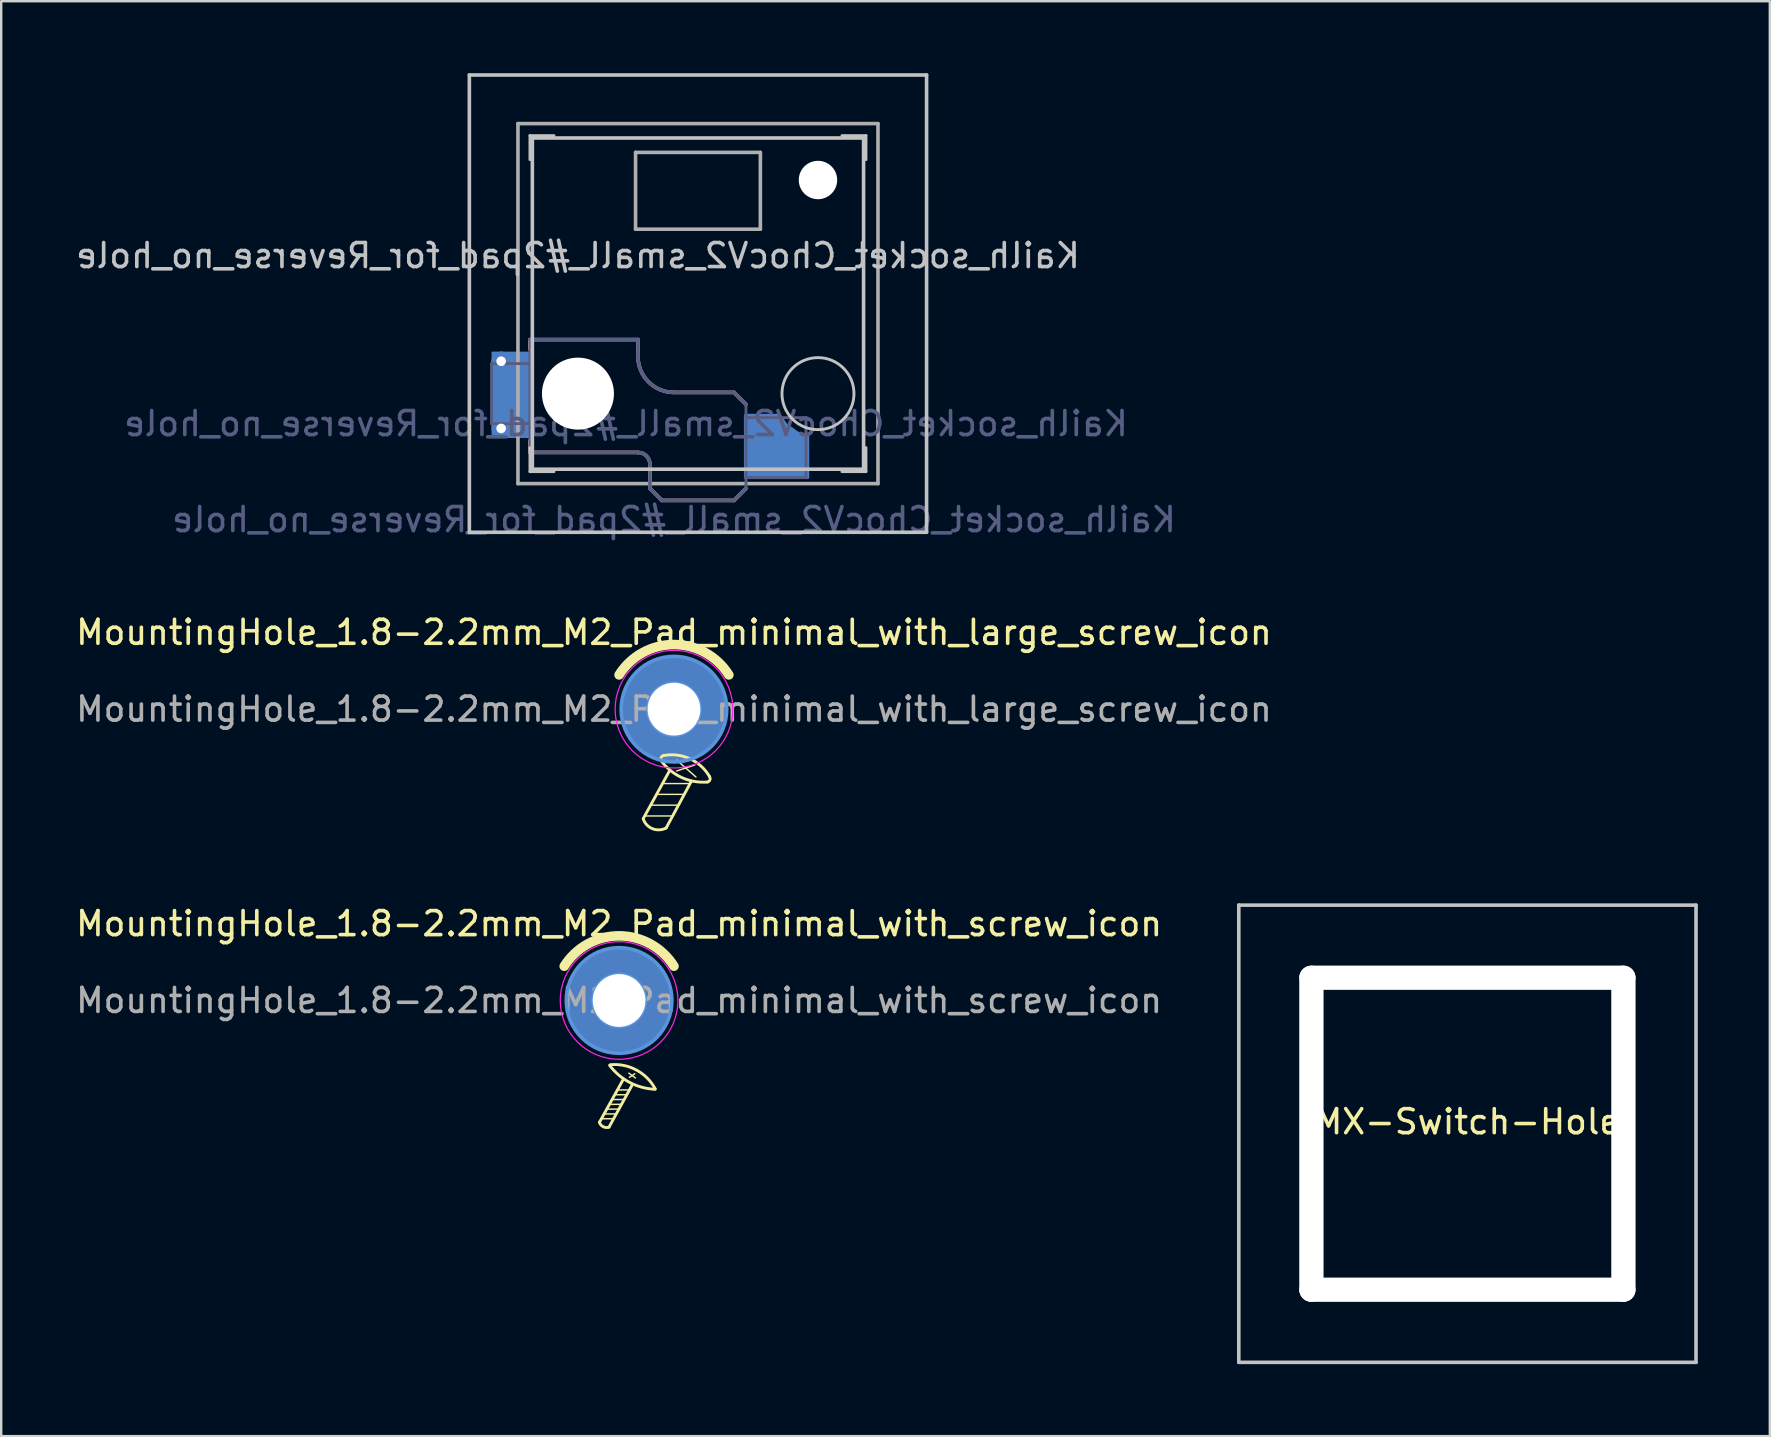
<source format=kicad_pcb>
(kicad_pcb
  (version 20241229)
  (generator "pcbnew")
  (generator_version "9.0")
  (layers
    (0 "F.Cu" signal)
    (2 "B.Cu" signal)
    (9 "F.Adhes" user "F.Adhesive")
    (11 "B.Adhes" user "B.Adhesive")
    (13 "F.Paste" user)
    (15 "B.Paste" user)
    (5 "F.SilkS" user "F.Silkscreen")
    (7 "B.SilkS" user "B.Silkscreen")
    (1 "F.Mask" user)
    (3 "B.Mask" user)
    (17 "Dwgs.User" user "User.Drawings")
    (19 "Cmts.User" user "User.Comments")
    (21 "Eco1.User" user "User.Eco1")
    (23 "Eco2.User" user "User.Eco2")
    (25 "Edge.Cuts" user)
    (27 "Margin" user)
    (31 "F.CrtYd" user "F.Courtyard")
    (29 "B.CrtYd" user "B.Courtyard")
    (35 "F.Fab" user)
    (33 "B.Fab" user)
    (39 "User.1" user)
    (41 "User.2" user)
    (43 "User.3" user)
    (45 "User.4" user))
  (footprint "Kailh_socket_ChocV2_small_#2pad_for_Reverse_no_hole"
    (layer "F.Cu")
    (at 26.03 9.6)
    (property "Reference" "Kailh_socket_ChocV2_small_#2pad_for_Reverse_no_hole" (at -5 -2 0) (layer "Dwgs.User") (effects (font (size 1 1) (thickness 0.15)) (justify mirror)))
    (property "Value" "Kailh_socket_ChocV2_small_#2pad_for_Reverse_no_hole" (at 0 8.255 0) (layer "F.Fab") (hide yes) (effects (font (size 1 1) (thickness 0.15))))
    (attr through_hole)
    (fp_line (start -7 1.5) (end -7 1.9) (stroke (width 0.15) (type solid)) (layer "B.SilkS"))
    (fp_line (start -7 5.7) (end -7 6.2) (stroke (width 0.15) (type solid)) (layer "B.SilkS"))
    (fp_line (start -7 6.2) (end -2.5 6.2) (stroke (width 0.15) (type solid)) (layer "B.SilkS"))
    (fp_line (start -2.5 1.5) (end -7 1.5) (stroke (width 0.15) (type solid)) (layer "B.SilkS"))
    (fp_line (start -2.5 2.2) (end -2.5 1.5) (stroke (width 0.15) (type solid)) (layer "B.SilkS"))
    (fp_line (start -2 6.7) (end -2 7.7) (stroke (width 0.15) (type solid)) (layer "B.SilkS"))
    (fp_line (start -1.5 8.2) (end -2 7.7) (stroke (width 0.15) (type solid)) (layer "B.SilkS"))
    (fp_line (start 1.5 3.7) (end -1 3.7) (stroke (width 0.15) (type solid)) (layer "B.SilkS"))
    (fp_line (start 1.5 8.2) (end -1.5 8.2) (stroke (width 0.15) (type solid)) (layer "B.SilkS"))
    (fp_line (start 2 4.2) (end 1.5 3.7) (stroke (width 0.15) (type solid)) (layer "B.SilkS"))
    (fp_line (start 2 7.7) (end 1.5 8.2) (stroke (width 0.15) (type solid)) (layer "B.SilkS"))
    (fp_arc (start -2.5 6.2) (mid -2.146447 6.346447) (end -2 6.7) (stroke (width 0.15) (type solid)) (layer "B.SilkS"))
    (fp_arc (start -1 3.7) (mid -2.06066 3.26066) (end -2.5 2.2) (stroke (width 0.15) (type solid)) (layer "B.SilkS"))
    (fp_line (start -9.525 -9.525) (end 9.525 -9.525) (stroke (width 0.15) (type solid)) (layer "Dwgs.User"))
    (fp_line (start -9.525 9.525) (end -9.525 -9.525) (stroke (width 0.15) (type solid)) (layer "Dwgs.User"))
    (fp_line (start -7 -7) (end -7 -6) (stroke (width 0.12) (type solid)) (layer "Dwgs.User"))
    (fp_line (start -7 -7) (end -6 -7) (stroke (width 0.12) (type solid)) (layer "Dwgs.User"))
    (fp_line (start -7 7) (end -7 6) (stroke (width 0.12) (type solid)) (layer "Dwgs.User"))
    (fp_line (start -7 7) (end -6 7) (stroke (width 0.12) (type solid)) (layer "Dwgs.User"))
    (fp_line (start -6.9 6.9) (end -6.9 -6.9) (stroke (width 0.15) (type solid)) (layer "Dwgs.User"))
    (fp_line (start -6.9 6.9) (end 6.9 6.9) (stroke (width 0.15) (type solid)) (layer "Dwgs.User"))
    (fp_line (start 6.9 -6.9) (end -6.9 -6.9) (stroke (width 0.15) (type solid)) (layer "Dwgs.User"))
    (fp_line (start 6.9 -6.9) (end 6.9 6.9) (stroke (width 0.15) (type solid)) (layer "Dwgs.User"))
    (fp_line (start 7 -7) (end 6 -7) (stroke (width 0.12) (type solid)) (layer "Dwgs.User"))
    (fp_line (start 7 -7) (end 7 -6) (stroke (width 0.12) (type solid)) (layer "Dwgs.User"))
    (fp_line (start 7 7) (end 6 7) (stroke (width 0.12) (type solid)) (layer "Dwgs.User"))
    (fp_line (start 7 7) (end 7 6) (stroke (width 0.12) (type solid)) (layer "Dwgs.User"))
    (fp_line (start 9.525 -9.525) (end 9.525 9.525) (stroke (width 0.15) (type solid)) (layer "Dwgs.User"))
    (fp_line (start 9.525 9.525) (end -9.525 9.525) (stroke (width 0.15) (type solid)) (layer "Dwgs.User"))
    (fp_circle (center 5 3.75) (end 6.5 3.75) (stroke (width 0.12) (type default)) (fill no) (layer "Dwgs.User"))
    (fp_line (start -8.6 2.5) (end -7 2.5) (stroke (width 0.12) (type solid)) (layer "B.Fab"))
    (fp_line (start -8.6 5) (end -8.6 2.5) (stroke (width 0.12) (type solid)) (layer "B.Fab"))
    (fp_line (start -7 1.5) (end -7 6.2) (stroke (width 0.12) (type solid)) (layer "B.Fab"))
    (fp_line (start -7 5) (end -8.6 5) (stroke (width 0.12) (type solid)) (layer "B.Fab"))
    (fp_line (start -7 6.2) (end -2.5 6.2) (stroke (width 0.15) (type solid)) (layer "B.Fab"))
    (fp_line (start -2.5 1.5) (end -7 1.5) (stroke (width 0.15) (type solid)) (layer "B.Fab"))
    (fp_line (start -2.5 2.2) (end -2.5 1.5) (stroke (width 0.15) (type solid)) (layer "B.Fab"))
    (fp_line (start -2 6.7) (end -2 7.7) (stroke (width 0.15) (type solid)) (layer "B.Fab"))
    (fp_line (start -1.5 8.2) (end -2 7.7) (stroke (width 0.15) (type solid)) (layer "B.Fab"))
    (fp_line (start 1.5 3.7) (end -1 3.7) (stroke (width 0.15) (type solid)) (layer "B.Fab"))
    (fp_line (start 1.5 8.2) (end -1.5 8.2) (stroke (width 0.15) (type solid)) (layer "B.Fab"))
    (fp_line (start 2 4.2) (end 1.5 3.7) (stroke (width 0.15) (type solid)) (layer "B.Fab"))
    (fp_line (start 2 4.25) (end 2 7.7) (stroke (width 0.12) (type solid)) (layer "B.Fab"))
    (fp_line (start 2 4.75) (end 4.5 4.75) (stroke (width 0.12) (type solid)) (layer "B.Fab"))
    (fp_line (start 2 7.7) (end 1.5 8.2) (stroke (width 0.15) (type solid)) (layer "B.Fab"))
    (fp_line (start 4.5 4.75) (end 4.5 7.25) (stroke (width 0.12) (type solid)) (layer "B.Fab"))
    (fp_line (start 4.5 7.25) (end 2 7.25) (stroke (width 0.12) (type solid)) (layer "B.Fab"))
    (fp_arc (start -2.5 6.2) (mid -2.146447 6.346447) (end -2 6.7) (stroke (width 0.15) (type solid)) (layer "B.Fab"))
    (fp_arc (start -1 3.7) (mid -2.06066 3.26066) (end -2.5 2.2) (stroke (width 0.15) (type solid)) (layer "B.Fab"))
    (fp_line (start -7.5 -7.5) (end 7.5 -7.5) (stroke (width 0.15) (type solid)) (layer "F.Fab"))
    (fp_line (start -7.5 7.5) (end -7.5 -7.5) (stroke (width 0.15) (type solid)) (layer "F.Fab"))
    (fp_line (start -2.6 -3.1) (end -2.6 -6.3) (stroke (width 0.15) (type solid)) (layer "F.Fab"))
    (fp_line (start -2.6 -3.1) (end 2.6 -3.1) (stroke (width 0.15) (type solid)) (layer "F.Fab"))
    (fp_line (start 2.6 -6.3) (end -2.6 -6.3) (stroke (width 0.15) (type solid)) (layer "F.Fab"))
    (fp_line (start 2.6 -3.1) (end 2.6 -6.3) (stroke (width 0.15) (type solid)) (layer "F.Fab"))
    (fp_line (start 7.5 -7.5) (end 7.5 7.5) (stroke (width 0.15) (type solid)) (layer "F.Fab"))
    (fp_line (start 7.5 7.5) (end -7.5 7.5) (stroke (width 0.15) (type solid)) (layer "F.Fab"))
    (fp_text user "${VALUE}" (at -1 9 0) (layer "B.Fab") (effects (font (size 1 1) (thickness 0.15)) (justify mirror)))
    (fp_text user "${REFERENCE}" (at -3 5 0) (layer "B.Fab") (effects (font (size 1 1) (thickness 0.15)) (justify mirror)))
    (pad "" np_thru_hole circle (at -5 3.75) (size 3 3) (drill 3) (layers "*.Cu" "*.Mask"))
    (pad "" np_thru_hole circle (at 5 -5.15) (size 1.6 1.6) (drill 1.6) (layers "*.Cu" "*.Mask"))
    (pad "1" smd custom (at 2.8 6.338) (size 1.65 1.825) (layers "B.Cu" "B.Mask" "B.Paste") (options (anchor rect)) (primitives (gr_poly (pts (xy -0.825 -1.688) (xy 0.6 -1.688) (xy 0.85 -1.312) (xy 1.325 -0.963) (xy 1.775 -0.812) (xy 1.775 0.912) (xy -0.825 0.912)) (width 0.12) (fill yes))))
    (pad "2" thru_hole circle (at -8.2 2.4) (size 0.8 0.8) (drill 0.4) (layers "*.Cu" "*.Mask"))
    (pad "2" thru_hole circle (at -8.2 5.2) (size 0.8 0.8) (drill 0.4) (layers "*.Cu" "*.Mask"))
    (pad "2" smd rect (at -7.787 3.8) (size 1.625 3.6) (layers "B.Cu" "B.Mask" "B.Paste")))
  (footprint "MX-Switch-Hole"
    (layer "F.Cu")
    (at 58.088 44.186)
    (property "Reference" "MX-Switch-Hole" (at 0 -0.5 0) (unlocked yes) (layer "F.SilkS") (effects (font (size 1 1) (thickness 0.15))))
    (attr through_hole)
    (fp_line (start -9.525 -9.525) (end 9.525 -9.525) (stroke (width 0.15) (type solid)) (layer "Dwgs.User"))
    (fp_line (start -9.525 9.525) (end -9.525 -9.525) (stroke (width 0.15) (type solid)) (layer "Dwgs.User"))
    (fp_line (start 9.525 -9.525) (end 9.525 9.525) (stroke (width 0.15) (type solid)) (layer "Dwgs.User"))
    (fp_line (start 9.525 9.525) (end -9.525 9.525) (stroke (width 0.15) (type solid)) (layer "Dwgs.User"))
    (pad "" np_thru_hole roundrect (at -6.5 0 90) (size 14 1) (drill oval 14 1) (layers "*.Cu" "*.Mask") (roundrect_rratio 0.5))
    (pad "" np_thru_hole roundrect (at 0 -6.5) (size 14 1) (drill oval 14 1) (layers "*.Cu" "*.Mask") (roundrect_rratio 0.5))
    (pad "" np_thru_hole roundrect (at 0 6.5) (size 14 1) (drill oval 14 1) (layers "*.Cu" "*.Mask") (roundrect_rratio 0.5))
    (pad "" np_thru_hole roundrect (at 6.5 0 90) (size 14 1) (drill oval 14 1) (layers "*.Cu" "*.Mask") (roundrect_rratio 0.5)))
  (footprint "MountingHole_1.8-2.2mm_M2_Pad_minimal_with_large_screw_icon"
    (layer "F.Cu")
    (at 25.03 26.497)
    (property "Reference" "MountingHole_1.8-2.2mm_M2_Pad_minimal_with_large_screw_icon" (at 0 -3.2 0) (layer "F.SilkS") (effects (font (size 1 1) (thickness 0.15))))
    (attr exclude_from_pos_files)
    (fp_line (start -1.15 4.45) (end -0.1 4.45) (stroke (width 0.06) (type solid)) (layer "F.SilkS"))
    (fp_line (start -0.9 4) (end 0.15 4) (stroke (width 0.06) (type solid)) (layer "F.SilkS"))
    (fp_line (start -0.65 3.55) (end 0.4 3.55) (stroke (width 0.06) (type solid)) (layer "F.SilkS"))
    (fp_line (start -0.425 3.1) (end 0.625 3.1) (stroke (width 0.06) (type solid)) (layer "F.SilkS"))
    (fp_line (start -0.325 4.95) (end 0.725 3) (stroke (width 0.12) (type solid)) (layer "F.SilkS"))
    (fp_line (start -0.175 2.55) (end -1.275 4.55) (stroke (width 0.12) (type solid)) (layer "F.SilkS"))
    (fp_line (start 0.115 2.125) (end 0.915 2.825) (stroke (width 0.06) (type solid)) (layer "F.SilkS"))
    (fp_line (start 0.865 2.325) (end 0.115 2.575) (stroke (width 0.06) (type solid)) (layer "F.SilkS"))
    (fp_arc (start -2.286 -1.428606) (mid 0 -2.6924) (end 2.286 -1.428606) (stroke (width 0.4) (type solid)) (layer "F.SilkS"))
    (fp_arc (start -0.50236 2.182605) (mid -0.542992 2.029629) (end -0.42 1.930001) (stroke (width 0.12) (type default)) (layer "F.SilkS"))
    (fp_arc (start -0.42 1.930001) (mid 0.663942 2.06655) (end 1.476182 2.797196) (stroke (width 0.12) (type solid)) (layer "F.SilkS"))
    (fp_arc (start -0.325 4.95) (mid -0.893136 4.981037) (end -1.283578 4.567158) (stroke (width 0.12) (type solid)) (layer "F.SilkS"))
    (fp_arc (start 1.390506 3.03649) (mid 0.314681 2.843622) (end -0.529999 2.149999) (stroke (width 0.12) (type solid)) (layer "F.SilkS"))
    (fp_arc (start 1.472466 2.800462) (mid 1.500246 2.942353) (end 1.390506 3.036489) (stroke (width 0.12) (type default)) (layer "F.SilkS"))
    (fp_circle (center 0 0) (end 1.1 0) (stroke (width 0.12) (type default)) (fill no) (layer "Cmts.User"))
    (fp_circle (center 0 0) (end 2.2 0) (stroke (width 0.15) (type solid)) (fill no) (layer "Cmts.User"))
    (fp_circle (center 0 0) (end 2.45 0) (stroke (width 0.05) (type solid)) (fill no) (layer "F.CrtYd"))
    (fp_text user "${REFERENCE}" (at 0 0 0) (layer "F.Fab") (effects (font (size 1 1) (thickness 0.15))))
    (pad "1" thru_hole circle (at 0 0) (size 3.6 3.6) (drill 2.2) (layers "*.Cu" "*.Mask"))
    (pad "1" smd circle (at 0 0) (size 4.4 4.4) (layers "B.Cu" "B.Mask")))
  (footprint "MountingHole_1.8-2.2mm_M2_Pad_minimal_with_screw_icon"
    (layer "F.Cu")
    (at 22.744 38.634)
    (property "Reference" "MountingHole_1.8-2.2mm_M2_Pad_minimal_with_screw_icon" (at 0 -3.2 0) (layer "F.SilkS") (effects (font (size 1 1) (thickness 0.15))))
    (attr exclude_from_pos_files)
    (fp_line (start -0.72 4.927) (end -0.22 4.927) (stroke (width 0.06) (type solid)) (layer "F.SilkS"))
    (fp_line (start -0.62 4.727) (end -0.12 4.727) (stroke (width 0.06) (type solid)) (layer "F.SilkS"))
    (fp_line (start -0.47 4.527) (end -0.02 4.527) (stroke (width 0.06) (type solid)) (layer "F.SilkS"))
    (fp_line (start -0.42 5.277) (end 0.555 3.502) (stroke (width 0.12) (type solid)) (layer "F.SilkS"))
    (fp_line (start -0.37 4.327) (end 0.13 4.327) (stroke (width 0.06) (type solid)) (layer "F.SilkS"))
    (fp_line (start -0.27 4.127) (end 0.23 4.127) (stroke (width 0.06) (type solid)) (layer "F.SilkS"))
    (fp_line (start -0.17 3.927) (end 0.33 3.927) (stroke (width 0.06) (type solid)) (layer "F.SilkS"))
    (fp_line (start -0.07 3.727) (end 0.43 3.727) (stroke (width 0.06) (type solid)) (layer "F.SilkS"))
    (fp_line (start 0.18 3.277) (end -0.82 5.077) (stroke (width 0.12) (type solid)) (layer "F.SilkS"))
    (fp_line (start 0.405 3.027) (end 0.68 3.227) (stroke (width 0.06) (type solid)) (layer "F.SilkS"))
    (fp_line (start 0.655 3.052) (end 0.43 3.202) (stroke (width 0.06) (type solid)) (layer "F.SilkS"))
    (fp_arc (start -2.286 -1.428606) (mid 0 -2.6924) (end 2.286 -1.428606) (stroke (width 0.4) (type solid)) (layer "F.SilkS"))
    (fp_arc (start -0.42017 5.277198) (mid -0.66159 5.26004) (end -0.820168 5.077198) (stroke (width 0.12) (type solid)) (layer "F.SilkS"))
    (fp_arc (start -0.370169 2.677199) (mid 0.72158 2.897637) (end 1.507404 3.686934) (stroke (width 0.12) (type solid)) (layer "F.SilkS"))
    (fp_arc (start 1.5 3.7) (mid 0.440151 3.414329) (end -0.395169 2.702199) (stroke (width 0.12) (type solid)) (layer "F.SilkS"))
    (fp_circle (center 0 0) (end 1.1 0) (stroke (width 0.12) (type default)) (fill no) (layer "Cmts.User"))
    (fp_circle (center 0 0) (end 2.2 0) (stroke (width 0.15) (type solid)) (fill no) (layer "Cmts.User"))
    (fp_circle (center 0 0) (end 2.45 0) (stroke (width 0.05) (type solid)) (fill no) (layer "F.CrtYd"))
    (fp_text user "${REFERENCE}" (at 0 0 0) (layer "F.Fab") (effects (font (size 1 1) (thickness 0.15))))
    (pad "1" thru_hole circle (at 0 0) (size 3.6 3.6) (drill 2.2) (layers "*.Cu" "*.Mask"))
    (pad "1" smd circle (at 0 0) (size 4.4 4.4) (layers "B.Cu" "B.Mask")))
  (gr_rect
    (start -3 -3)
    (end 70.688 56.786)
    (stroke (width 0.1) (type default))
    (fill no)
    (layer "Edge.Cuts")))
</source>
